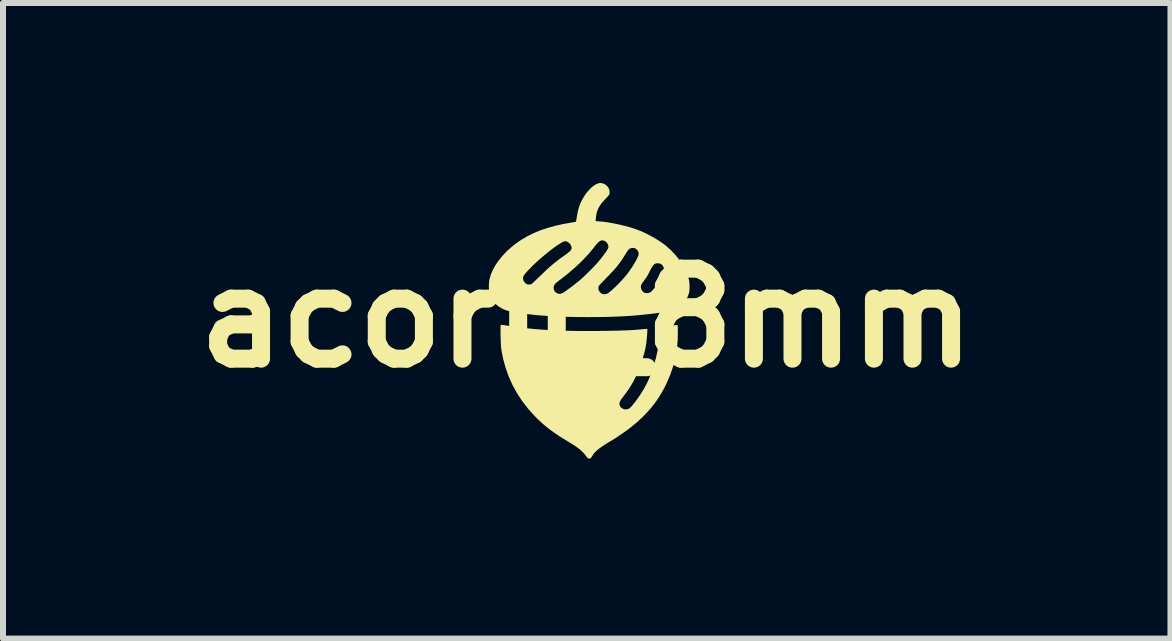
<source format=kicad_pcb>
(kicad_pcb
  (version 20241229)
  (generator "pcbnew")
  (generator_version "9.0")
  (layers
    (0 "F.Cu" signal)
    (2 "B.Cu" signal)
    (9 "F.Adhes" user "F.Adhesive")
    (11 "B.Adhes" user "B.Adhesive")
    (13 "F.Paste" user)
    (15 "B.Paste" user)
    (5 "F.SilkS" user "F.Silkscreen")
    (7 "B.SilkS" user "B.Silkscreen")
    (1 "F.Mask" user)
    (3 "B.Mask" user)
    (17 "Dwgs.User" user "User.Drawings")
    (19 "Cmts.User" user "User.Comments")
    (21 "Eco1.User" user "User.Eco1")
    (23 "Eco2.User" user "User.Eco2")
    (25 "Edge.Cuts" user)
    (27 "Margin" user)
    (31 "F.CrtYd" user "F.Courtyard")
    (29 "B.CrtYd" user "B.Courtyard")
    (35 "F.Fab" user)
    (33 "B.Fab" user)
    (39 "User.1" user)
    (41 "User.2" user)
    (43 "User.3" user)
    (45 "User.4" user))
  (footprint "acorn_8mm"
    (layer "F.Cu")
    (at 6.729 2.249)
    (property "Reference" "acorn_8mm" (at 0 0 0) (layer "F.SilkS") (effects (font (size 1.5 1.5) (thickness 0.3))))
    (attr board_only exclude_from_pos_files exclude_from_bom)
    (fp_poly (pts (xy -1.402 0.117) (xy -1.375 0.12) (xy -1.344 0.125) (xy -1.328 0.128) (xy -1.201 0.147) (xy -1.071 0.164) (xy -0.936 0.179) (xy -0.795 0.191) (xy -0.648 0.201) (xy -0.494 0.209) (xy -0.331 0.214) (xy -0.159 0.217) (xy 0.024 0.218) (xy 0.217 0.217) (xy 0.225 0.216) (xy 0.331 0.215) (xy 0.425 0.213) (xy 0.51 0.212) (xy 0.586 0.209) (xy 0.655 0.207) (xy 0.717 0.204) (xy 0.775 0.201) (xy 0.83 0.197) (xy 0.882 0.192) (xy 0.905 0.19) (xy 0.939 0.187) (xy 0.969 0.184) (xy 0.992 0.183) (xy 1.006 0.182) (xy 1.009 0.182) (xy 1.01 0.189) (xy 1.01 0.207) (xy 1.009 0.232) (xy 1.007 0.264) (xy 1.004 0.298) (xy 1.001 0.335) (xy 0.998 0.37) (xy 0.994 0.402) (xy 0.991 0.429) (xy 0.99 0.437) (xy 0.977 0.51) (xy 0.957 0.59) (xy 0.933 0.674) (xy 0.905 0.761) (xy 0.873 0.846) (xy 0.84 0.928) (xy 0.805 1.003) (xy 0.803 1.007) (xy 0.776 1.06) (xy 0.747 1.11) (xy 0.716 1.16) (xy 0.68 1.213) (xy 0.639 1.27) (xy 0.597 1.325) (xy 0.572 1.359) (xy 0.556 1.387) (xy 0.547 1.411) (xy 0.545 1.433) (xy 0.546 1.446) (xy 0.558 1.475) (xy 0.578 1.499) (xy 0.605 1.515) (xy 0.635 1.524) (xy 0.667 1.524) (xy 0.697 1.515) (xy 0.71 1.507) (xy 0.731 1.489) (xy 0.756 1.462) (xy 0.785 1.427) (xy 0.817 1.385) (xy 0.85 1.339) (xy 0.884 1.29) (xy 0.917 1.24) (xy 0.947 1.189) (xy 0.968 1.153) (xy 0.999 1.095) (xy 1.027 1.037) (xy 1.053 0.975) (xy 1.079 0.906) (xy 1.103 0.834) (xy 1.15 0.679) (xy 1.184 0.527) (xy 1.206 0.379) (xy 1.217 0.251) (xy 1.221 0.156) (xy 1.24 0.153) (xy 1.295 0.144) (xy 1.346 0.136) (xy 1.392 0.13) (xy 1.431 0.125) (xy 1.462 0.121) (xy 1.483 0.12) (xy 1.49 0.12) (xy 1.516 0.122) (xy 1.518 0.225) (xy 1.515 0.374) (xy 1.502 0.519) (xy 1.478 0.66) (xy 1.442 0.799) (xy 1.395 0.937) (xy 1.336 1.076) (xy 1.309 1.133) (xy 1.255 1.234) (xy 1.199 1.327) (xy 1.139 1.414) (xy 1.073 1.497) (xy 0.999 1.581) (xy 0.935 1.647) (xy 0.835 1.74) (xy 0.724 1.831) (xy 0.602 1.92) (xy 0.469 2.009) (xy 0.391 2.056) (xy 0.322 2.098) (xy 0.264 2.136) (xy 0.215 2.17) (xy 0.176 2.202) (xy 0.144 2.231) (xy 0.118 2.26) (xy 0.099 2.288) (xy 0.097 2.291) (xy 0.082 2.316) (xy 0.07 2.332) (xy 0.059 2.34) (xy 0.047 2.343) (xy 0.04 2.344) (xy 0.028 2.342) (xy 0.018 2.337) (xy 0.006 2.325) (xy -0.007 2.308) (xy -0.035 2.271) (xy -0.066 2.237) (xy -0.1 2.205) (xy -0.14 2.172) (xy -0.186 2.139) (xy -0.241 2.103) (xy -0.299 2.068) (xy -0.391 2.012) (xy -0.474 1.959) (xy -0.549 1.908) (xy -0.617 1.858) (xy -0.681 1.808) (xy -0.741 1.757) (xy -0.8 1.702) (xy -0.859 1.644) (xy -0.869 1.634) (xy -0.977 1.514) (xy -1.075 1.387) (xy -1.161 1.256) (xy -1.237 1.119) (xy -1.301 0.977) (xy -1.353 0.83) (xy -1.394 0.679) (xy -1.416 0.572) (xy -1.421 0.541) (xy -1.425 0.513) (xy -1.428 0.485) (xy -1.431 0.454) (xy -1.432 0.419) (xy -1.434 0.377) (xy -1.435 0.326) (xy -1.436 0.299) (xy -1.437 0.246) (xy -1.437 0.204) (xy -1.437 0.172) (xy -1.437 0.149) (xy -1.436 0.133) (xy -1.435 0.123) (xy -1.433 0.118) (xy -1.43 0.115) (xy -1.421 0.115)) (stroke (width 0) (type solid)) (fill yes) (layer "F.SilkS"))
    (fp_poly (pts (xy 0.253 -2.246) (xy 0.272 -2.241) (xy 0.31 -2.223) (xy 0.341 -2.197) (xy 0.365 -2.163) (xy 0.378 -2.125) (xy 0.381 -2.097) (xy 0.381 -2.083) (xy 0.379 -2.071) (xy 0.375 -2.059) (xy 0.367 -2.046) (xy 0.354 -2.029) (xy 0.335 -2.008) (xy 0.309 -1.981) (xy 0.292 -1.963) (xy 0.246 -1.911) (xy 0.21 -1.859) (xy 0.184 -1.808) (xy 0.166 -1.753) (xy 0.155 -1.693) (xy 0.152 -1.665) (xy 0.148 -1.614) (xy 0.206 -1.61) (xy 0.282 -1.603) (xy 0.365 -1.591) (xy 0.454 -1.575) (xy 0.545 -1.556) (xy 0.635 -1.534) (xy 0.721 -1.511) (xy 0.799 -1.486) (xy 0.822 -1.478) (xy 0.912 -1.443) (xy 1.004 -1.4) (xy 1.096 -1.351) (xy 1.184 -1.299) (xy 1.265 -1.245) (xy 1.316 -1.206) (xy 1.39 -1.141) (xy 1.459 -1.071) (xy 1.522 -0.995) (xy 1.578 -0.917) (xy 1.626 -0.837) (xy 1.664 -0.757) (xy 1.692 -0.678) (xy 1.703 -0.634) (xy 1.71 -0.591) (xy 1.713 -0.543) (xy 1.713 -0.494) (xy 1.71 -0.449) (xy 1.703 -0.412) (xy 1.68 -0.349) (xy 1.647 -0.291) (xy 1.603 -0.239) (xy 1.551 -0.195) (xy 1.493 -0.16) (xy 1.457 -0.144) (xy 1.419 -0.13) (xy 1.378 -0.118) (xy 1.33 -0.107) (xy 1.274 -0.096) (xy 1.208 -0.086) (xy 1.2 -0.085) (xy 1.079 -0.069) (xy 0.959 -0.056) (xy 0.839 -0.044) (xy 0.716 -0.034) (xy 0.589 -0.027) (xy 0.459 -0.021) (xy 0.322 -0.017) (xy 0.178 -0.015) (xy 0.026 -0.014) (xy -0.135 -0.015) (xy -0.307 -0.018) (xy -0.356 -0.019) (xy -0.6 -0.029) (xy -0.836 -0.047) (xy -1.062 -0.073) (xy -1.144 -0.085) (xy -1.202 -0.094) (xy -1.251 -0.103) (xy -1.292 -0.113) (xy -1.327 -0.123) (xy -1.36 -0.134) (xy -1.392 -0.148) (xy -1.411 -0.157) (xy -1.472 -0.193) (xy -1.525 -0.237) (xy -1.568 -0.288) (xy -1.601 -0.346) (xy -1.622 -0.406) (xy -1.628 -0.439) (xy -1.631 -0.481) (xy -1.631 -0.504) (xy -0.553 -0.504) (xy -0.549 -0.473) (xy -0.536 -0.446) (xy -0.514 -0.423) (xy -0.485 -0.407) (xy -0.45 -0.401) (xy -0.45 -0.401) (xy -0.435 -0.403) (xy -0.415 -0.41) (xy -0.402 -0.416) (xy -0.386 -0.425) (xy -0.362 -0.441) (xy -0.331 -0.463) (xy -0.3 -0.486) (xy 0.194 -0.486) (xy 0.201 -0.457) (xy 0.21 -0.442) (xy 0.235 -0.414) (xy 0.264 -0.398) (xy 0.297 -0.394) (xy 0.333 -0.402) (xy 0.341 -0.406) (xy 0.361 -0.418) (xy 0.388 -0.438) (xy 0.42 -0.466) (xy 0.456 -0.499) (xy 0.46 -0.502) (xy 0.902 -0.502) (xy 0.912 -0.472) (xy 0.929 -0.445) (xy 0.952 -0.425) (xy 0.959 -0.421) (xy 0.992 -0.413) (xy 1.026 -0.415) (xy 1.058 -0.427) (xy 1.078 -0.442) (xy 1.102 -0.467) (xy 1.128 -0.5) (xy 1.156 -0.539) (xy 1.183 -0.581) (xy 1.21 -0.626) (xy 1.234 -0.67) (xy 1.255 -0.712) (xy 1.271 -0.751) (xy 1.282 -0.783) (xy 1.285 -0.802) (xy 1.283 -0.837) (xy 1.27 -0.867) (xy 1.249 -0.89) (xy 1.221 -0.906) (xy 1.187 -0.912) (xy 1.16 -0.91) (xy 1.14 -0.904) (xy 1.122 -0.892) (xy 1.104 -0.873) (xy 1.086 -0.846) (xy 1.065 -0.809) (xy 1.053 -0.785) (xy 1.036 -0.751) (xy 1.017 -0.716) (xy 0.998 -0.684) (xy 0.982 -0.66) (xy 0.98 -0.658) (xy 0.955 -0.623) (xy 0.936 -0.596) (xy 0.923 -0.577) (xy 0.913 -0.562) (xy 0.908 -0.551) (xy 0.904 -0.542) (xy 0.903 -0.533) (xy 0.902 -0.502) (xy 0.46 -0.502) (xy 0.495 -0.536) (xy 0.535 -0.576) (xy 0.574 -0.617) (xy 0.612 -0.659) (xy 0.646 -0.699) (xy 0.677 -0.737) (xy 0.684 -0.746) (xy 0.722 -0.799) (xy 0.757 -0.85) (xy 0.788 -0.9) (xy 0.815 -0.946) (xy 0.837 -0.988) (xy 0.853 -1.024) (xy 0.863 -1.052) (xy 0.865 -1.069) (xy 0.859 -1.103) (xy 0.843 -1.131) (xy 0.82 -1.152) (xy 0.793 -1.165) (xy 0.762 -1.168) (xy 0.731 -1.161) (xy 0.717 -1.155) (xy 0.701 -1.143) (xy 0.686 -1.126) (xy 0.669 -1.101) (xy 0.66 -1.087) (xy 0.621 -1.024) (xy 0.585 -0.968) (xy 0.547 -0.915) (xy 0.507 -0.864) (xy 0.464 -0.812) (xy 0.414 -0.758) (xy 0.357 -0.698) (xy 0.34 -0.681) (xy 0.308 -0.648) (xy 0.277 -0.616) (xy 0.25 -0.588) (xy 0.229 -0.565) (xy 0.213 -0.548) (xy 0.205 -0.538) (xy 0.204 -0.538) (xy 0.195 -0.514) (xy 0.194 -0.486) (xy -0.3 -0.486) (xy -0.296 -0.488) (xy -0.258 -0.517) (xy -0.219 -0.546) (xy -0.182 -0.576) (xy -0.146 -0.604) (xy -0.122 -0.624) (xy -0.082 -0.659) (xy -0.038 -0.7) (xy 0.01 -0.746) (xy 0.059 -0.794) (xy 0.106 -0.842) (xy 0.148 -0.887) (xy 0.185 -0.928) (xy 0.198 -0.944) (xy 0.235 -0.988) (xy 0.268 -1.031) (xy 0.298 -1.07) (xy 0.323 -1.106) (xy 0.342 -1.136) (xy 0.355 -1.159) (xy 0.36 -1.172) (xy 0.36 -1.202) (xy 0.349 -1.232) (xy 0.331 -1.259) (xy 0.307 -1.279) (xy 0.287 -1.288) (xy 0.266 -1.293) (xy 0.248 -1.293) (xy 0.229 -1.287) (xy 0.21 -1.275) (xy 0.188 -1.256) (xy 0.163 -1.229) (xy 0.133 -1.192) (xy 0.114 -1.167) (xy 0.025 -1.06) (xy -0.076 -0.953) (xy -0.189 -0.846) (xy -0.314 -0.739) (xy -0.432 -0.646) (xy -0.461 -0.624) (xy -0.488 -0.603) (xy -0.51 -0.585) (xy -0.525 -0.571) (xy -0.53 -0.565) (xy -0.547 -0.535) (xy -0.553 -0.504) (xy -1.631 -0.504) (xy -1.632 -0.527) (xy -1.63 -0.574) (xy -1.626 -0.617) (xy -1.622 -0.641) (xy -1.616 -0.661) (xy -1.062 -0.661) (xy -1.057 -0.629) (xy -1.041 -0.599) (xy -1.018 -0.575) (xy -0.994 -0.561) (xy -0.974 -0.557) (xy -0.95 -0.558) (xy -0.928 -0.562) (xy -0.919 -0.567) (xy -0.91 -0.574) (xy -0.894 -0.588) (xy -0.872 -0.609) (xy -0.845 -0.635) (xy -0.815 -0.663) (xy -0.794 -0.684) (xy -0.732 -0.743) (xy -0.678 -0.795) (xy -0.628 -0.841) (xy -0.581 -0.881) (xy -0.536 -0.919) (xy -0.49 -0.955) (xy -0.443 -0.991) (xy -0.399 -1.022) (xy -0.359 -1.051) (xy -0.328 -1.073) (xy -0.304 -1.092) (xy -0.287 -1.106) (xy -0.275 -1.118) (xy -0.266 -1.129) (xy -0.26 -1.14) (xy -0.259 -1.141) (xy -0.253 -1.159) (xy -0.252 -1.174) (xy -0.256 -1.19) (xy -0.272 -1.226) (xy -0.298 -1.253) (xy -0.323 -1.269) (xy -0.342 -1.277) (xy -0.357 -1.279) (xy -0.372 -1.277) (xy -0.375 -1.276) (xy -0.402 -1.265) (xy -0.437 -1.245) (xy -0.479 -1.219) (xy -0.525 -1.187) (xy -0.576 -1.15) (xy -0.63 -1.108) (xy -0.686 -1.062) (xy -0.743 -1.015) (xy -0.8 -0.965) (xy -0.855 -0.915) (xy -0.907 -0.865) (xy -0.941 -0.83) (xy -0.98 -0.79) (xy -1.01 -0.757) (xy -1.033 -0.729) (xy -1.048 -0.706) (xy -1.058 -0.687) (xy -1.062 -0.669) (xy -1.062 -0.661) (xy -1.616 -0.661) (xy -1.6 -0.719) (xy -1.566 -0.799) (xy -1.522 -0.879) (xy -1.468 -0.958) (xy -1.404 -1.036) (xy -1.333 -1.112) (xy -1.253 -1.183) (xy -1.167 -1.251) (xy -1.083 -1.308) (xy -0.986 -1.364) (xy -0.883 -1.415) (xy -0.774 -1.46) (xy -0.657 -1.499) (xy -0.532 -1.534) (xy -0.396 -1.565) (xy -0.294 -1.583) (xy -0.179 -1.603) (xy -0.168 -1.672) (xy -0.155 -1.745) (xy -0.141 -1.809) (xy -0.123 -1.866) (xy -0.102 -1.919) (xy -0.086 -1.953) (xy -0.052 -2.015) (xy -0.014 -2.072) (xy 0.028 -2.123) (xy 0.072 -2.168) (xy 0.116 -2.204) (xy 0.159 -2.23) (xy 0.183 -2.24) (xy 0.209 -2.247) (xy 0.23 -2.249)) (stroke (width 0) (type solid)) (fill yes) (layer "F.SilkS")))
  (gr_rect
    (start -3 -3)
    (end 16.457 7.593)
    (stroke (width 0.1) (type default))
    (fill no)
    (layer "Edge.Cuts")))
</source>
